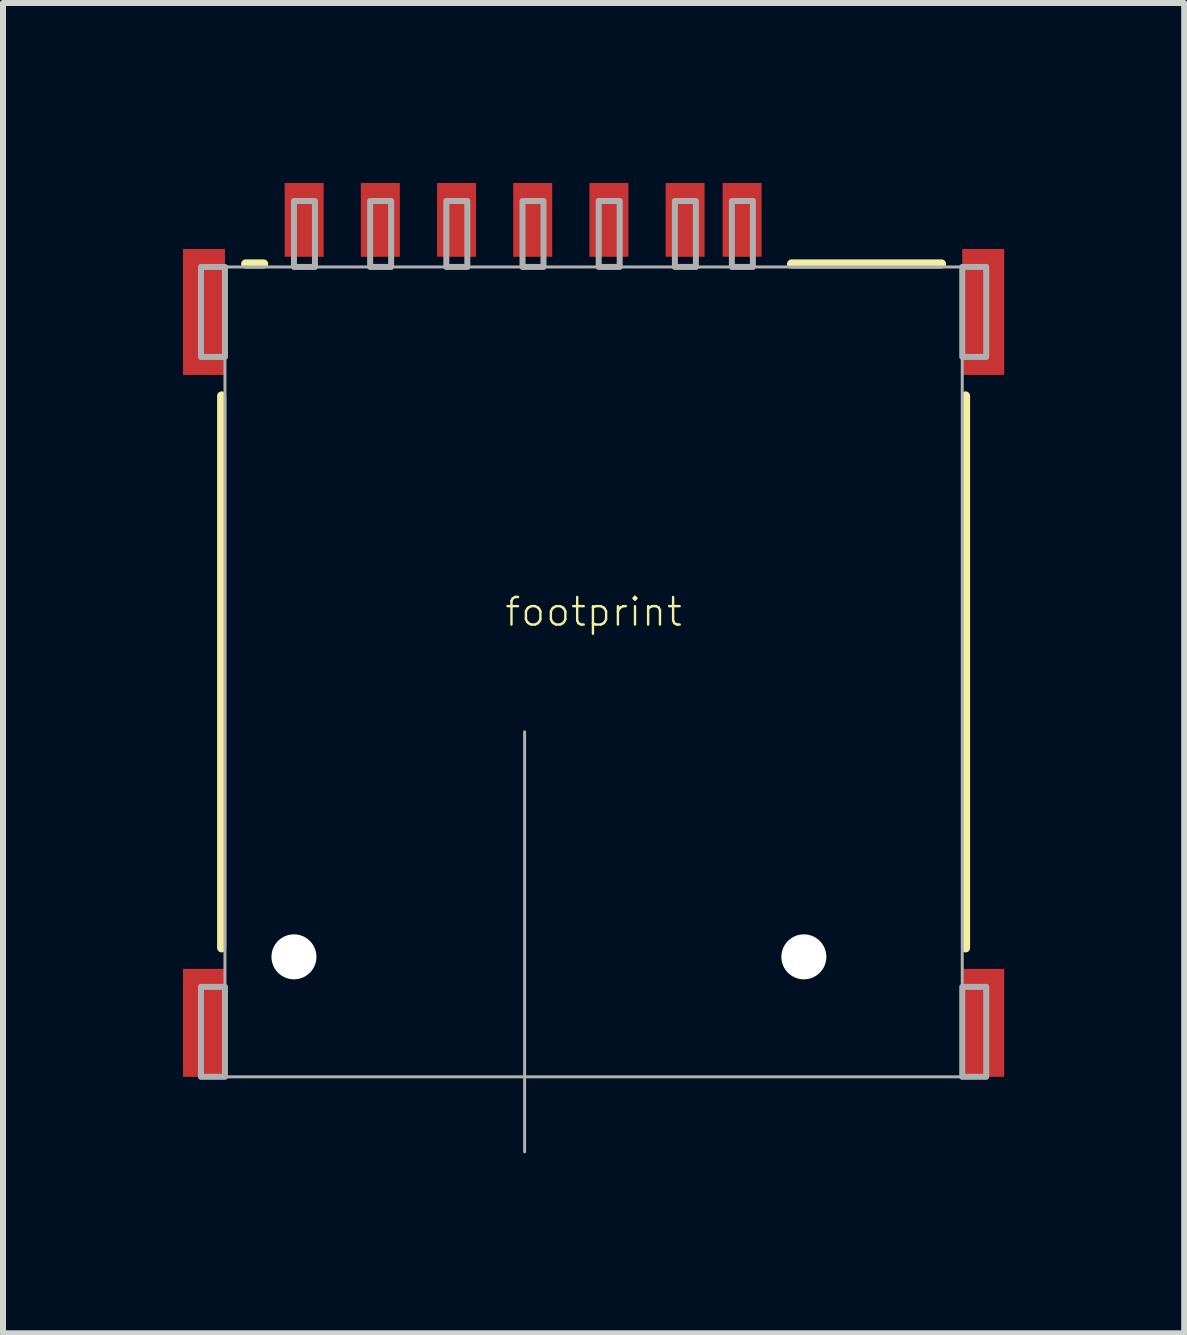
<source format=kicad_pcb>
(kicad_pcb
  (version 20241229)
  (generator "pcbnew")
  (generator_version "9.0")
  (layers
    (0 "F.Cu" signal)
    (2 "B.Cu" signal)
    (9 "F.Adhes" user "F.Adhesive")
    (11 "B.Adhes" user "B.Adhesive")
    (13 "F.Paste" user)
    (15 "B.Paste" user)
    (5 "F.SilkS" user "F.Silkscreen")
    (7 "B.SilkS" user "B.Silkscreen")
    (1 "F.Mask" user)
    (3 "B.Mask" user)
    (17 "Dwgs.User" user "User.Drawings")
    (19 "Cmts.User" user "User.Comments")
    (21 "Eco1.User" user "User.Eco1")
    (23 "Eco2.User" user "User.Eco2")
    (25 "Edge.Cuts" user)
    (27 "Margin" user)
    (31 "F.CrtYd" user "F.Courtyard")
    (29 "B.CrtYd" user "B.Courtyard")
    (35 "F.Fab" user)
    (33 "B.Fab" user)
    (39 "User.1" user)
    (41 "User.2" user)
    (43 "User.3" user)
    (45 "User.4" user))
  (footprint "footprint"
    (layer "F.Cu")
    (at 6.845 8.15)
    (property "Reference" "footprint" (at 0 -1 0) (layer "F.SilkS") (effects (font (size 0.46 0.46) (thickness 0.04))))
    (fp_line (start -6.2 -4.6) (end -6.2 4.6) (stroke (width 0.152) (type solid)) (layer "F.SilkS"))
    (fp_line (start -5.5 -6.8) (end -5.8 -6.8) (stroke (width 0.152) (type solid)) (layer "F.SilkS"))
    (fp_line (start 3.3 -6.8) (end 5.8 -6.8) (stroke (width 0.152) (type solid)) (layer "F.SilkS"))
    (fp_line (start 6.2 -4.6) (end 6.2 4.6) (stroke (width 0.152) (type solid)) (layer "F.SilkS"))
    (fp_line (start -6.145 -6.75) (end -6.145 6.75) (stroke (width 0.05) (type solid)) (layer "F.Fab"))
    (fp_line (start -6.145 6.75) (end 6.145 6.75) (stroke (width 0.05) (type solid)) (layer "F.Fab"))
    (fp_line (start -1.15 1) (end -1.15 8) (stroke (width 0.05) (type solid)) (layer "F.Fab"))
    (fp_line (start 6.145 -6.75) (end -6.145 -6.75) (stroke (width 0.05) (type solid)) (layer "F.Fab"))
    (fp_line (start 6.145 6.75) (end 6.145 -6.75) (stroke (width 0.05) (type solid)) (layer "F.Fab"))
    (fp_poly (pts (xy -6.545 -5.25) (xy -6.145 -5.25) (xy -6.145 -6.75) (xy -6.545 -6.75)) (stroke (width 0.1) (type solid)) (fill no) (layer "F.Fab"))
    (fp_poly (pts (xy -6.545 6.75) (xy -6.145 6.75) (xy -6.145 5.25) (xy -6.545 5.25)) (stroke (width 0.1) (type solid)) (fill no) (layer "F.Fab"))
    (fp_poly (pts (xy -4.995 -6.75) (xy -4.645 -6.75) (xy -4.645 -7.85) (xy -4.995 -7.85)) (stroke (width 0.1) (type solid)) (fill no) (layer "F.Fab"))
    (fp_poly (pts (xy -3.725 -6.75) (xy -3.375 -6.75) (xy -3.375 -7.85) (xy -3.725 -7.85)) (stroke (width 0.1) (type solid)) (fill no) (layer "F.Fab"))
    (fp_poly (pts (xy -2.455 -6.75) (xy -2.105 -6.75) (xy -2.105 -7.85) (xy -2.455 -7.85)) (stroke (width 0.1) (type solid)) (fill no) (layer "F.Fab"))
    (fp_poly (pts (xy -1.185 -6.75) (xy -0.835 -6.75) (xy -0.835 -7.85) (xy -1.185 -7.85)) (stroke (width 0.1) (type solid)) (fill no) (layer "F.Fab"))
    (fp_poly (pts (xy 0.085 -6.75) (xy 0.435 -6.75) (xy 0.435 -7.85) (xy 0.085 -7.85)) (stroke (width 0.1) (type solid)) (fill no) (layer "F.Fab"))
    (fp_poly (pts (xy 1.355 -6.75) (xy 1.705 -6.75) (xy 1.705 -7.85) (xy 1.355 -7.85)) (stroke (width 0.1) (type solid)) (fill no) (layer "F.Fab"))
    (fp_poly (pts (xy 2.305 -6.75) (xy 2.655 -6.75) (xy 2.655 -7.85) (xy 2.305 -7.85)) (stroke (width 0.1) (type solid)) (fill no) (layer "F.Fab"))
    (fp_poly (pts (xy 6.145 -5.25) (xy 6.545 -5.25) (xy 6.545 -6.75) (xy 6.145 -6.75)) (stroke (width 0.1) (type solid)) (fill no) (layer "F.Fab"))
    (fp_poly (pts (xy 6.145 6.75) (xy 6.545 6.75) (xy 6.545 5.25) (xy 6.145 5.25)) (stroke (width 0.1) (type solid)) (fill no) (layer "F.Fab"))
    (pad "" np_thru_hole circle (at -4.995 4.75) (size 0.75 0.75) (drill 0.75) (layers "*.Cu" "*.Mask"))
    (pad "" np_thru_hole circle (at 3.505 4.75) (size 0.75 0.75) (drill 0.75) (layers "*.Cu" "*.Mask"))
    (pad "A1" smd rect (at 6.495 -6) (size 0.7 2.1) (layers "F.Cu" "F.Mask" "F.Paste"))
    (pad "A2" smd rect (at -6.495 -6) (size 0.7 2.1) (layers "F.Cu" "F.Mask" "F.Paste"))
    (pad "A3" smd rect (at -6.495 5.85) (size 0.7 1.8) (layers "F.Cu" "F.Mask" "F.Paste"))
    (pad "A4" smd rect (at 6.495 5.85) (size 0.7 1.8) (layers "F.Cu" "F.Mask" "F.Paste"))
    (pad "C1" smd rect (at 0.255 -7.535) (size 0.65 1.23) (layers "F.Cu" "F.Mask" "F.Paste"))
    (pad "C2" smd rect (at -2.285 -7.535) (size 0.65 1.23) (layers "F.Cu" "F.Mask" "F.Paste"))
    (pad "C3" smd rect (at -4.825 -7.535) (size 0.65 1.23) (layers "F.Cu" "F.Mask" "F.Paste"))
    (pad "C5" smd rect (at 1.525 -7.535) (size 0.65 1.23) (layers "F.Cu" "F.Mask" "F.Paste"))
    (pad "C6" smd rect (at -1.015 -7.535) (size 0.65 1.23) (layers "F.Cu" "F.Mask" "F.Paste"))
    (pad "C7" smd rect (at -3.555 -7.535) (size 0.65 1.23) (layers "F.Cu" "F.Mask" "F.Paste"))
    (pad "CD" smd rect (at 2.475 -7.535) (size 0.65 1.23) (layers "F.Cu" "F.Mask" "F.Paste")))
  (gr_rect
    (start -3 -3)
    (end 16.69 19.175)
    (stroke (width 0.1) (type default))
    (fill no)
    (layer "Edge.Cuts")))
</source>
